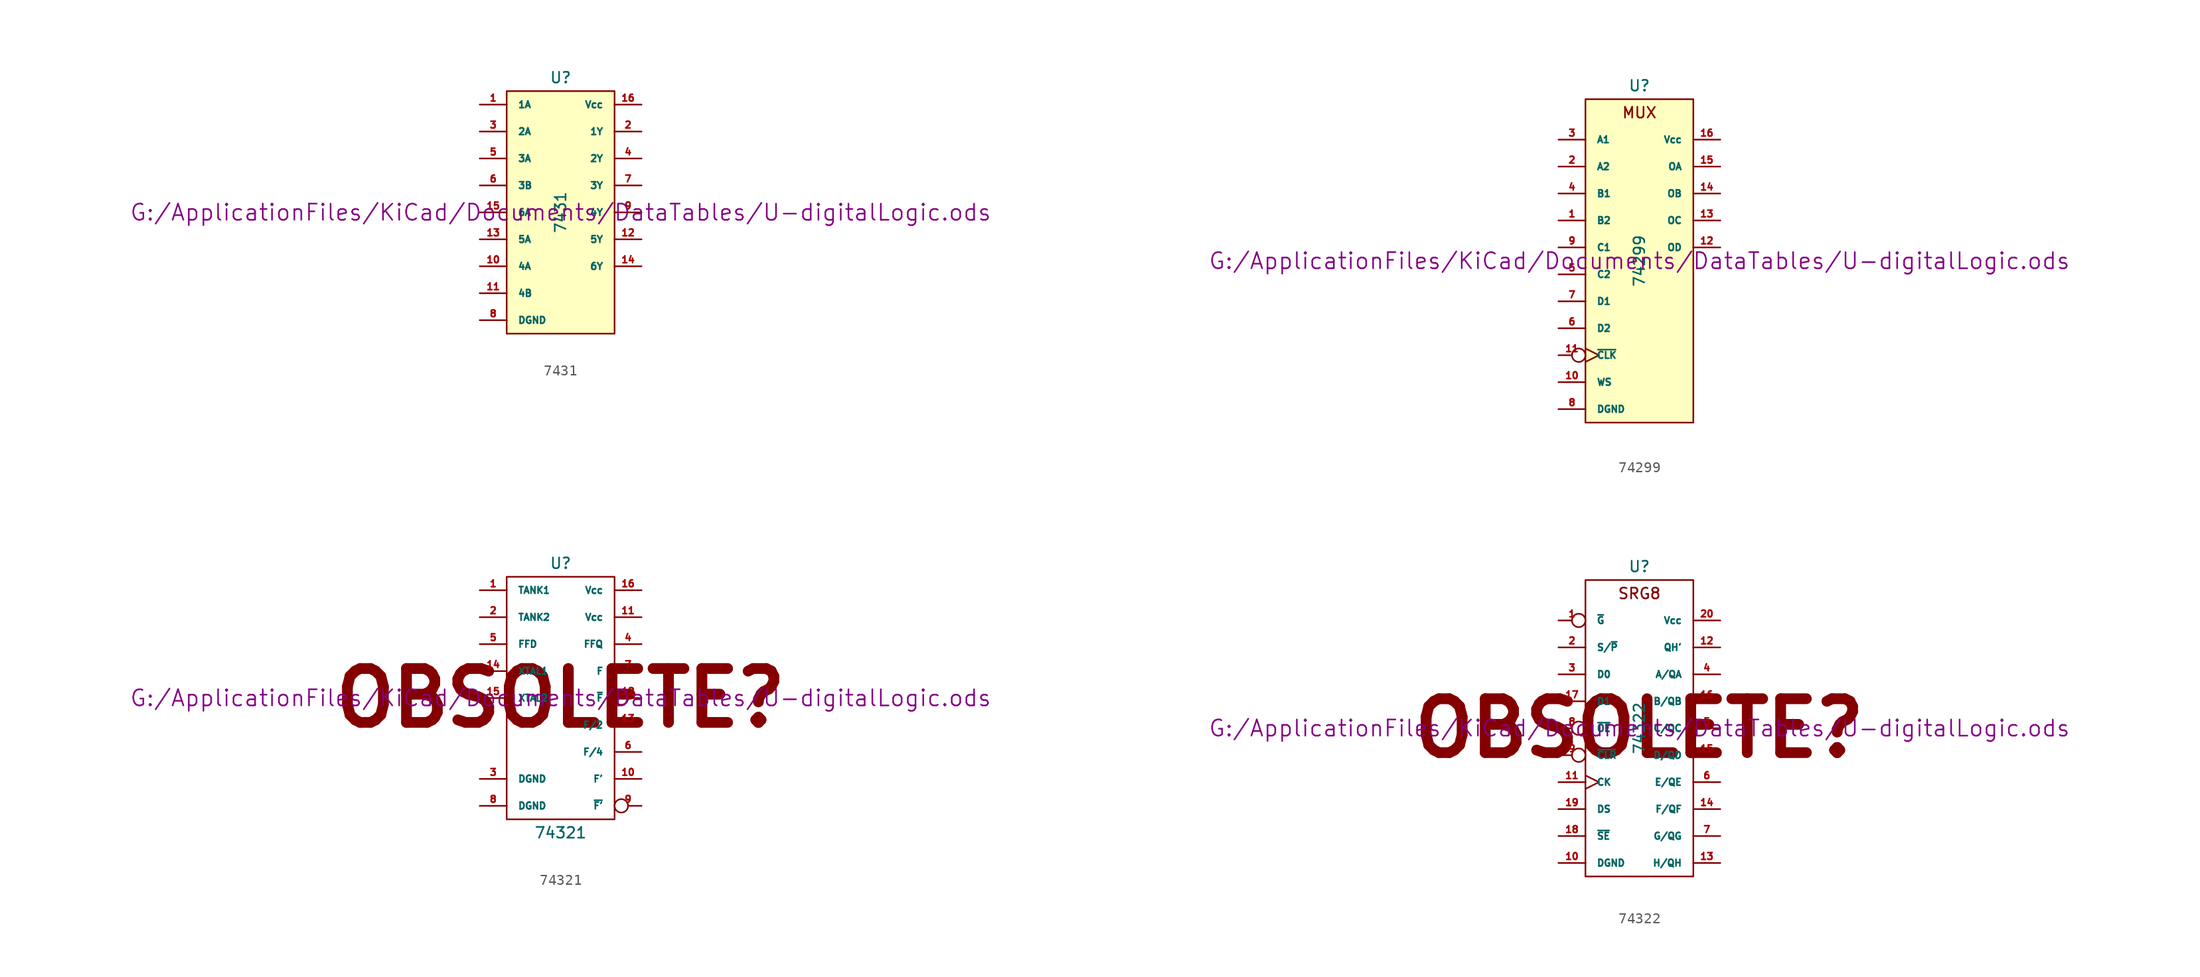
<source format=kicad_sym>
(kicad_symbol_lib
  (version 20211014)
  (generator kicad_symbol_editor)
  (symbol "7431"
    (pin_names
      (offset 1.016))
    (property "Reference" "U"
      (at 0 12.7 0)
      (effects (font (size 1.016 1.016))))
    (property "Value" "7431"
      (at 0 0 90)
      (effects (font (size 1.016 1.016))))
    (property "Footprint" ""
      (at 0 0 0)
      (effects (font (size 1.524 1.524))))
    (property "Datasheet" "G:/ApplicationFiles/KiCad/Documents/DataTables/U-digitalLogic.ods"
      (at 0 0 0)
      (effects (font (size 1.524 1.524))))
    (symbol "7431_0_1"
      (rectangle (start -5.08 11.43) (end 5.08 -11.43) (stroke (width 0) (type default) (color 0 0 0 0)) (fill (type background))))
    (symbol "7431_1_1"
      (pin input line (at -7.62 10.16 0) (length 2.54) (name "1A" (effects (font (size 0.635 0.635)))) (number "1" (effects (font (size 0.635 0.635)))))
      (pin input line (at -7.62 -5.08 0) (length 2.54) (name "4A" (effects (font (size 0.635 0.635)))) (number "10" (effects (font (size 0.635 0.635)))))
      (pin input line (at -7.62 -7.62 0) (length 2.54) (name "4B" (effects (font (size 0.635 0.635)))) (number "11" (effects (font (size 0.635 0.635)))))
      (pin output line (at 7.62 -2.54 180) (length 2.54) (name "5Y" (effects (font (size 0.635 0.635)))) (number "12" (effects (font (size 0.635 0.635)))))
      (pin input line (at -7.62 -2.54 0) (length 2.54) (name "5A" (effects (font (size 0.635 0.635)))) (number "13" (effects (font (size 0.635 0.635)))))
      (pin output line (at 7.62 -5.08 180) (length 2.54) (name "6Y" (effects (font (size 0.635 0.635)))) (number "14" (effects (font (size 0.635 0.635)))))
      (pin input line (at -7.62 0 0) (length 2.54) (name "6A" (effects (font (size 0.635 0.635)))) (number "15" (effects (font (size 0.635 0.635)))))
      (pin power_in line (at 7.62 10.16 180) (length 2.54) (name "Vcc" (effects (font (size 0.635 0.635)))) (number "16" (effects (font (size 0.635 0.635)))))
      (pin output line (at 7.62 7.62 180) (length 2.54) (name "1Y" (effects (font (size 0.635 0.635)))) (number "2" (effects (font (size 0.635 0.635)))))
      (pin input line (at -7.62 7.62 0) (length 2.54) (name "2A" (effects (font (size 0.635 0.635)))) (number "3" (effects (font (size 0.635 0.635)))))
      (pin output line (at 7.62 5.08 180) (length 2.54) (name "2Y" (effects (font (size 0.635 0.635)))) (number "4" (effects (font (size 0.635 0.635)))))
      (pin input line (at -7.62 5.08 0) (length 2.54) (name "3A" (effects (font (size 0.635 0.635)))) (number "5" (effects (font (size 0.635 0.635)))))
      (pin input line (at -7.62 2.54 0) (length 2.54) (name "3B" (effects (font (size 0.635 0.635)))) (number "6" (effects (font (size 0.635 0.635)))))
      (pin output line (at 7.62 2.54 180) (length 2.54) (name "3Y" (effects (font (size 0.635 0.635)))) (number "7" (effects (font (size 0.635 0.635)))))
      (pin power_in line (at -7.62 -10.16 0) (length 2.54) (name "DGND" (effects (font (size 0.635 0.635)))) (number "8" (effects (font (size 0.635 0.635)))))
      (pin output line (at 7.62 0 180) (length 2.54) (name "4Y" (effects (font (size 0.635 0.635)))) (number "9" (effects (font (size 0.635 0.635)))))))
  (symbol "74299"
    (pin_names
      (offset 1.016))
    (property "Reference" "U"
      (at 0 16.51 0)
      (effects (font (size 1.016 1.016))))
    (property "Value" "74299"
      (at 0 0 90)
      (effects (font (size 1.016 1.016))))
    (property "Footprint" ""
      (at 0 0 0)
      (effects (font (size 1.524 1.524))))
    (property "Datasheet" "G:/ApplicationFiles/KiCad/Documents/DataTables/U-digitalLogic.ods"
      (at 0 0 0)
      (effects (font (size 1.524 1.524))))
    (symbol "74299_0_0"
      (text "MUX" (at 0 13.97 0) (effects (font (size 1.016 1.016)))))
    (symbol "74299_0_1"
      (rectangle (start -5.08 15.24) (end 5.08 -15.24) (stroke (width 0) (type default) (color 0 0 0 0)) (fill (type background))))
    (symbol "74299_1_1"
      (pin input line (at -7.62 3.81 0) (length 2.54) (name "B2" (effects (font (size 0.635 0.635)))) (number "1" (effects (font (size 0.635 0.635)))))
      (pin input line (at -7.62 -11.43 0) (length 2.54) (name "WS" (effects (font (size 0.635 0.635)))) (number "10" (effects (font (size 0.635 0.635)))))
      (pin input inverted_clock (at -7.62 -8.89 0) (length 2.54) (name "~{CLK}" (effects (font (size 0.635 0.635)))) (number "11" (effects (font (size 0.635 0.635)))))
      (pin output line (at 7.62 1.27 180) (length 2.54) (name "OD" (effects (font (size 0.635 0.635)))) (number "12" (effects (font (size 0.635 0.635)))))
      (pin output line (at 7.62 3.81 180) (length 2.54) (name "OC" (effects (font (size 0.635 0.635)))) (number "13" (effects (font (size 0.635 0.635)))))
      (pin output line (at 7.62 6.35 180) (length 2.54) (name "OB" (effects (font (size 0.635 0.635)))) (number "14" (effects (font (size 0.635 0.635)))))
      (pin output line (at 7.62 8.89 180) (length 2.54) (name "OA" (effects (font (size 0.635 0.635)))) (number "15" (effects (font (size 0.635 0.635)))))
      (pin power_in line (at 7.62 11.43 180) (length 2.54) (name "Vcc" (effects (font (size 0.635 0.635)))) (number "16" (effects (font (size 0.635 0.635)))))
      (pin input line (at -7.62 8.89 0) (length 2.54) (name "A2" (effects (font (size 0.635 0.635)))) (number "2" (effects (font (size 0.635 0.635)))))
      (pin input line (at -7.62 11.43 0) (length 2.54) (name "A1" (effects (font (size 0.635 0.635)))) (number "3" (effects (font (size 0.635 0.635)))))
      (pin input line (at -7.62 6.35 0) (length 2.54) (name "B1" (effects (font (size 0.635 0.635)))) (number "4" (effects (font (size 0.635 0.635)))))
      (pin input line (at -7.62 -1.27 0) (length 2.54) (name "C2" (effects (font (size 0.635 0.635)))) (number "5" (effects (font (size 0.635 0.635)))))
      (pin input line (at -7.62 -6.35 0) (length 2.54) (name "D2" (effects (font (size 0.635 0.635)))) (number "6" (effects (font (size 0.635 0.635)))))
      (pin input line (at -7.62 -3.81 0) (length 2.54) (name "D1" (effects (font (size 0.635 0.635)))) (number "7" (effects (font (size 0.635 0.635)))))
      (pin power_in line (at -7.62 -13.97 0) (length 2.54) (name "DGND" (effects (font (size 0.635 0.635)))) (number "8" (effects (font (size 0.635 0.635)))))
      (pin input line (at -7.62 1.27 0) (length 2.54) (name "C1" (effects (font (size 0.635 0.635)))) (number "9" (effects (font (size 0.635 0.635)))))))
  (symbol "74321"
    (pin_names
      (offset 1.016))
    (property "Reference" "U"
      (at 0 12.7 0)
      (effects (font (size 1.016 1.016))))
    (property "Value" "74321"
      (at 0 -12.7 0)
      (effects (font (size 1.016 1.016))))
    (property "Footprint" ""
      (at 0 0 0)
      (effects (font (size 1.524 1.524))))
    (property "Datasheet" "G:/ApplicationFiles/KiCad/Documents/DataTables/U-digitalLogic.ods"
      (at 0 0 0)
      (effects (font (size 1.524 1.524))))
    (symbol "74321_0_0"
      (text "OBSOLETE?" (at 0 0 0) (effects (font (size 5.08 5.08) bold))))
    (symbol "74321_0_1"
      (rectangle (start -5.08 11.43) (end 5.08 -11.43) (stroke (width 0) (type default) (color 0 0 0 0)) (fill (type none))))
    (symbol "74321_1_1"
      (pin input line (at -7.62 10.16 0) (length 2.54) (name "TANK1" (effects (font (size 0.635 0.635)))) (number "1" (effects (font (size 0.635 0.635)))))
      (pin output line (at 7.62 -7.62 180) (length 2.54) (name "F'" (effects (font (size 0.635 0.635)))) (number "10" (effects (font (size 0.635 0.635)))))
      (pin power_in line (at 7.62 7.62 180) (length 2.54) (name "Vcc" (effects (font (size 0.635 0.635)))) (number "11" (effects (font (size 0.635 0.635)))))
      (pin output inverted (at 7.62 0 180) (length 2.54) (name "~{F}" (effects (font (size 0.635 0.635)))) (number "12" (effects (font (size 0.635 0.635)))))
      (pin output line (at 7.62 -2.54 180) (length 2.54) (name "F/2" (effects (font (size 0.635 0.635)))) (number "13" (effects (font (size 0.635 0.635)))))
      (pin input line (at -7.62 2.54 0) (length 2.54) (name "XTAL1" (effects (font (size 0.635 0.635)))) (number "14" (effects (font (size 0.635 0.635)))))
      (pin input line (at -7.62 0 0) (length 2.54) (name "XTAL2" (effects (font (size 0.635 0.635)))) (number "15" (effects (font (size 0.635 0.635)))))
      (pin power_in line (at 7.62 10.16 180) (length 2.54) (name "Vcc" (effects (font (size 0.635 0.635)))) (number "16" (effects (font (size 0.635 0.635)))))
      (pin input line (at -7.62 7.62 0) (length 2.54) (name "TANK2" (effects (font (size 0.635 0.635)))) (number "2" (effects (font (size 0.635 0.635)))))
      (pin power_in line (at -7.62 -7.62 0) (length 2.54) (name "DGND" (effects (font (size 0.635 0.635)))) (number "3" (effects (font (size 0.635 0.635)))))
      (pin output line (at 7.62 5.08 180) (length 2.54) (name "FFQ" (effects (font (size 0.635 0.635)))) (number "4" (effects (font (size 0.635 0.635)))))
      (pin input line (at -7.62 5.08 0) (length 2.54) (name "FFD" (effects (font (size 0.635 0.635)))) (number "5" (effects (font (size 0.635 0.635)))))
      (pin output line (at 7.62 -5.08 180) (length 2.54) (name "F/4" (effects (font (size 0.635 0.635)))) (number "6" (effects (font (size 0.635 0.635)))))
      (pin output line (at 7.62 2.54 180) (length 2.54) (name "F" (effects (font (size 0.635 0.635)))) (number "7" (effects (font (size 0.635 0.635)))))
      (pin power_in line (at -7.62 -10.16 0) (length 2.54) (name "DGND" (effects (font (size 0.635 0.635)))) (number "8" (effects (font (size 0.635 0.635)))))
      (pin output inverted (at 7.62 -10.16 180) (length 2.54) (name "~{F'}" (effects (font (size 0.635 0.635)))) (number "9" (effects (font (size 0.635 0.635)))))))
  (symbol "74322"
    (pin_names
      (offset 1.016))
    (property "Reference" "U"
      (at 0 15.24 0)
      (effects (font (size 1.016 1.016))))
    (property "Value" "74322"
      (at 0 0 90)
      (effects (font (size 1.016 1.016))))
    (property "Footprint" ""
      (at 0 0 0)
      (effects (font (size 1.524 1.524))))
    (property "Datasheet" "G:/ApplicationFiles/KiCad/Documents/DataTables/U-digitalLogic.ods"
      (at 0 0 0)
      (effects (font (size 1.524 1.524))))
    (symbol "74322_0_0"
      (text "OBSOLETE?" (at 0 0 0) (effects (font (size 5.08 5.08) bold)))
      (text "SRG8" (at 0 12.7 0) (effects (font (size 1.016 1.016)))))
    (symbol "74322_0_1"
      (rectangle (start -5.08 13.97) (end 5.08 -13.97) (stroke (width 0) (type default) (color 0 0 0 0)) (fill (type none))))
    (symbol "74322_1_1"
      (pin input inverted (at -7.62 10.16 0) (length 2.54) (name "~{G}" (effects (font (size 0.635 0.635)))) (number "1" (effects (font (size 0.635 0.635)))))
      (pin power_in line (at -7.62 -12.7 0) (length 2.54) (name "DGND" (effects (font (size 0.635 0.635)))) (number "10" (effects (font (size 0.635 0.635)))))
      (pin input clock (at -7.62 -5.08 0) (length 2.54) (name "CK" (effects (font (size 0.635 0.635)))) (number "11" (effects (font (size 0.635 0.635)))))
      (pin output line (at 7.62 7.62 180) (length 2.54) (name "QH'" (effects (font (size 0.635 0.635)))) (number "12" (effects (font (size 0.635 0.635)))))
      (pin bidirectional line (at 7.62 -12.7 180) (length 2.54) (name "H/QH" (effects (font (size 0.635 0.635)))) (number "13" (effects (font (size 0.635 0.635)))))
      (pin bidirectional line (at 7.62 -7.62 180) (length 2.54) (name "F/QF" (effects (font (size 0.635 0.635)))) (number "14" (effects (font (size 0.635 0.635)))))
      (pin bidirectional line (at 7.62 -2.54 180) (length 2.54) (name "D/QD" (effects (font (size 0.635 0.635)))) (number "15" (effects (font (size 0.635 0.635)))))
      (pin bidirectional line (at 7.62 2.54 180) (length 2.54) (name "B/QB" (effects (font (size 0.635 0.635)))) (number "16" (effects (font (size 0.635 0.635)))))
      (pin input line (at -7.62 2.54 0) (length 2.54) (name "D1" (effects (font (size 0.635 0.635)))) (number "17" (effects (font (size 0.635 0.635)))))
      (pin input line (at -7.62 -10.16 0) (length 2.54) (name "~{SE}" (effects (font (size 0.635 0.635)))) (number "18" (effects (font (size 0.635 0.635)))))
      (pin input line (at -7.62 -7.62 0) (length 2.54) (name "DS" (effects (font (size 0.635 0.635)))) (number "19" (effects (font (size 0.635 0.635)))))
      (pin input line (at -7.62 7.62 0) (length 2.54) (name "S/~{P}" (effects (font (size 0.635 0.635)))) (number "2" (effects (font (size 0.635 0.635)))))
      (pin power_in line (at 7.62 10.16 180) (length 2.54) (name "Vcc" (effects (font (size 0.635 0.635)))) (number "20" (effects (font (size 0.635 0.635)))))
      (pin input line (at -7.62 5.08 0) (length 2.54) (name "D0" (effects (font (size 0.635 0.635)))) (number "3" (effects (font (size 0.635 0.635)))))
      (pin bidirectional line (at 7.62 5.08 180) (length 2.54) (name "A/QA" (effects (font (size 0.635 0.635)))) (number "4" (effects (font (size 0.635 0.635)))))
      (pin bidirectional line (at 7.62 0 180) (length 2.54) (name "C/QC" (effects (font (size 0.635 0.635)))) (number "5" (effects (font (size 0.635 0.635)))))
      (pin bidirectional line (at 7.62 -5.08 180) (length 2.54) (name "E/QE" (effects (font (size 0.635 0.635)))) (number "6" (effects (font (size 0.635 0.635)))))
      (pin bidirectional line (at 7.62 -10.16 180) (length 2.54) (name "G/QG" (effects (font (size 0.635 0.635)))) (number "7" (effects (font (size 0.635 0.635)))))
      (pin input inverted (at -7.62 0 0) (length 2.54) (name "~{OE}" (effects (font (size 0.635 0.635)))) (number "8" (effects (font (size 0.635 0.635)))))
      (pin input inverted (at -7.62 -2.54 0) (length 2.54) (name "~{CLR}" (effects (font (size 0.635 0.635)))) (number "9" (effects (font (size 0.635 0.635))))))))
</source>
